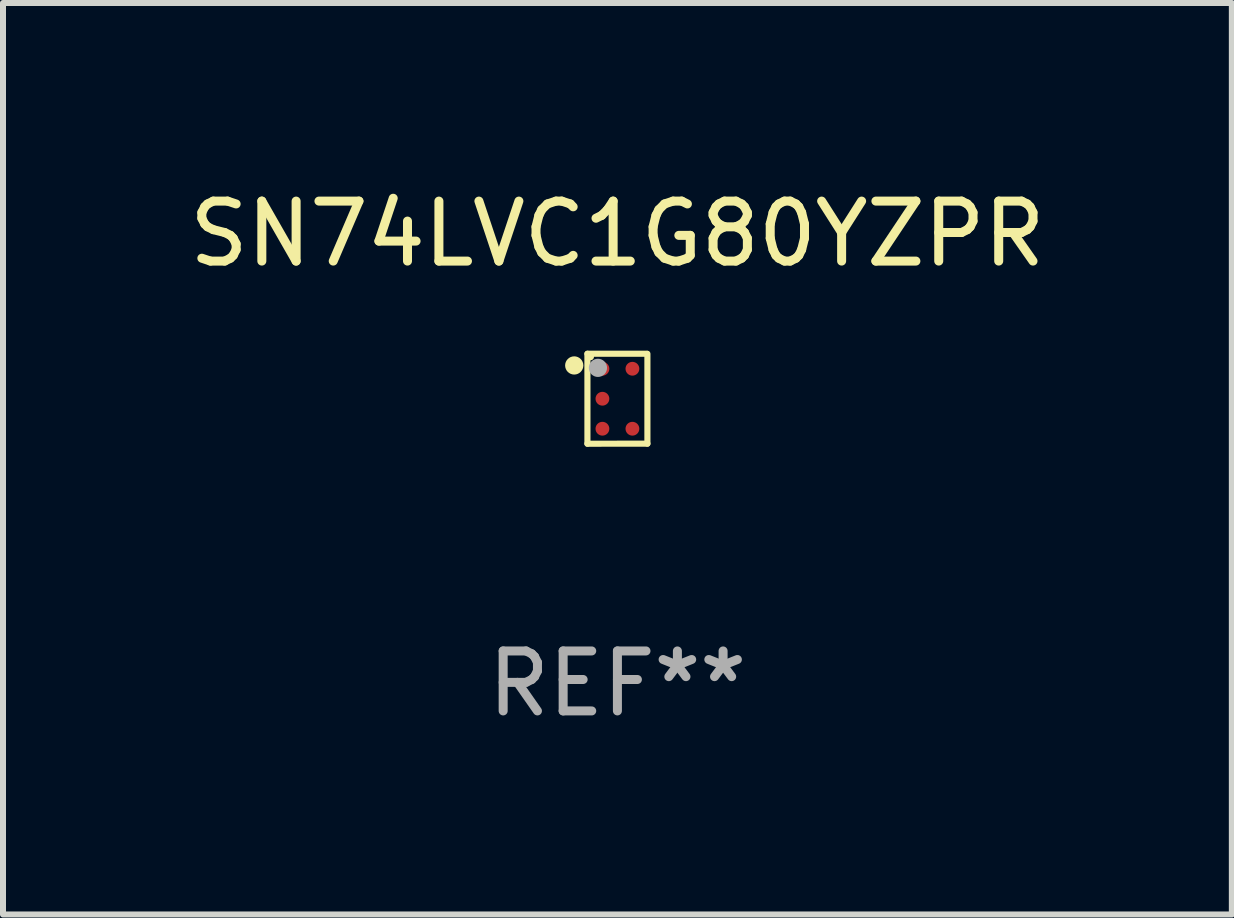
<source format=kicad_pcb>
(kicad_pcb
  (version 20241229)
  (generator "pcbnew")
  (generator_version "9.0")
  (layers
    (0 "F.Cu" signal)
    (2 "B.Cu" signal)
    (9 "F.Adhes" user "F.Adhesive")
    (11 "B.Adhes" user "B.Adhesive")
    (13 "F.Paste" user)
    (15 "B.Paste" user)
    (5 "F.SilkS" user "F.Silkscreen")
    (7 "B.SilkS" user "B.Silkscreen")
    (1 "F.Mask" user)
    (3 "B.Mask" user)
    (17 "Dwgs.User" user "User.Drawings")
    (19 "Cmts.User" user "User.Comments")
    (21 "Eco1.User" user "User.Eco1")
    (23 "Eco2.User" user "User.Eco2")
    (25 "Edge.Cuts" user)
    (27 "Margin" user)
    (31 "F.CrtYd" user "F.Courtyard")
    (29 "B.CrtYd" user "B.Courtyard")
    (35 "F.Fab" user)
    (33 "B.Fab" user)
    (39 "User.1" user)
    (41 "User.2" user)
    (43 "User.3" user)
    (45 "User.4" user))
  (footprint "SN74LVC1G80YZPR"
    (layer "F.Cu")
    (at 7.244 3.598)
    (property "Reference" "SN74LVC1G80YZPR" (at 0 -2.75 0) (layer "F.SilkS") (effects (font (size 1 1) (thickness 0.15))))
    (attr through_hole)
    (fp_line (start -0.5 -0.75) (end -0.5 0.75) (stroke (width 0.102) (type solid)) (layer "F.SilkS"))
    (fp_line (start -0.5 0.75) (end 0.5 0.749) (stroke (width 0.102) (type solid)) (layer "F.SilkS"))
    (fp_line (start 0.49 -0.75) (end -0.5 -0.75) (stroke (width 0.102) (type solid)) (layer "F.SilkS"))
    (fp_line (start 0.5 0.749) (end 0.5 -0.749) (stroke (width 0.102) (type solid)) (layer "F.SilkS"))
    (fp_circle (center -0.72 -0.555) (end -0.644 -0.555) (stroke (width 0.152) (type solid)) (fill no) (layer "F.SilkS"))
    (fp_circle (center -0.45 -0.7) (end -0.42 -0.7) (stroke (width 0.06) (type solid)) (fill no) (layer "F.SilkS"))
    (fp_circle (center -0.325 -0.515) (end -0.249 -0.515) (stroke (width 0.152) (type solid)) (fill no) (layer "F.Fab"))
    (fp_text user "REF**" (at 0 4.75 0) (layer "F.Fab") (effects (font (size 1 1) (thickness 0.15))))
    (pad "A1" smd circle (at -0.25 -0.5) (size 0.23 0.23) (layers "F.Cu" "F.Mask" "F.Paste"))
    (pad "A2" smd circle (at 0.25 -0.5) (size 0.23 0.23) (layers "F.Cu" "F.Mask" "F.Paste"))
    (pad "B1" smd circle (at -0.25 -0.000013) (size 0.23 0.23) (layers "F.Cu" "F.Mask" "F.Paste"))
    (pad "C1" smd circle (at -0.25 0.5) (size 0.23 0.23) (layers "F.Cu" "F.Mask" "F.Paste"))
    (pad "C2" smd circle (at 0.25 0.5) (size 0.23 0.23) (layers "F.Cu" "F.Mask" "F.Paste")))
  (gr_rect
    (start -3 -3)
    (end 17.488 12.197)
    (stroke (width 0.1) (type default))
    (fill no)
    (layer "Edge.Cuts")))
</source>
